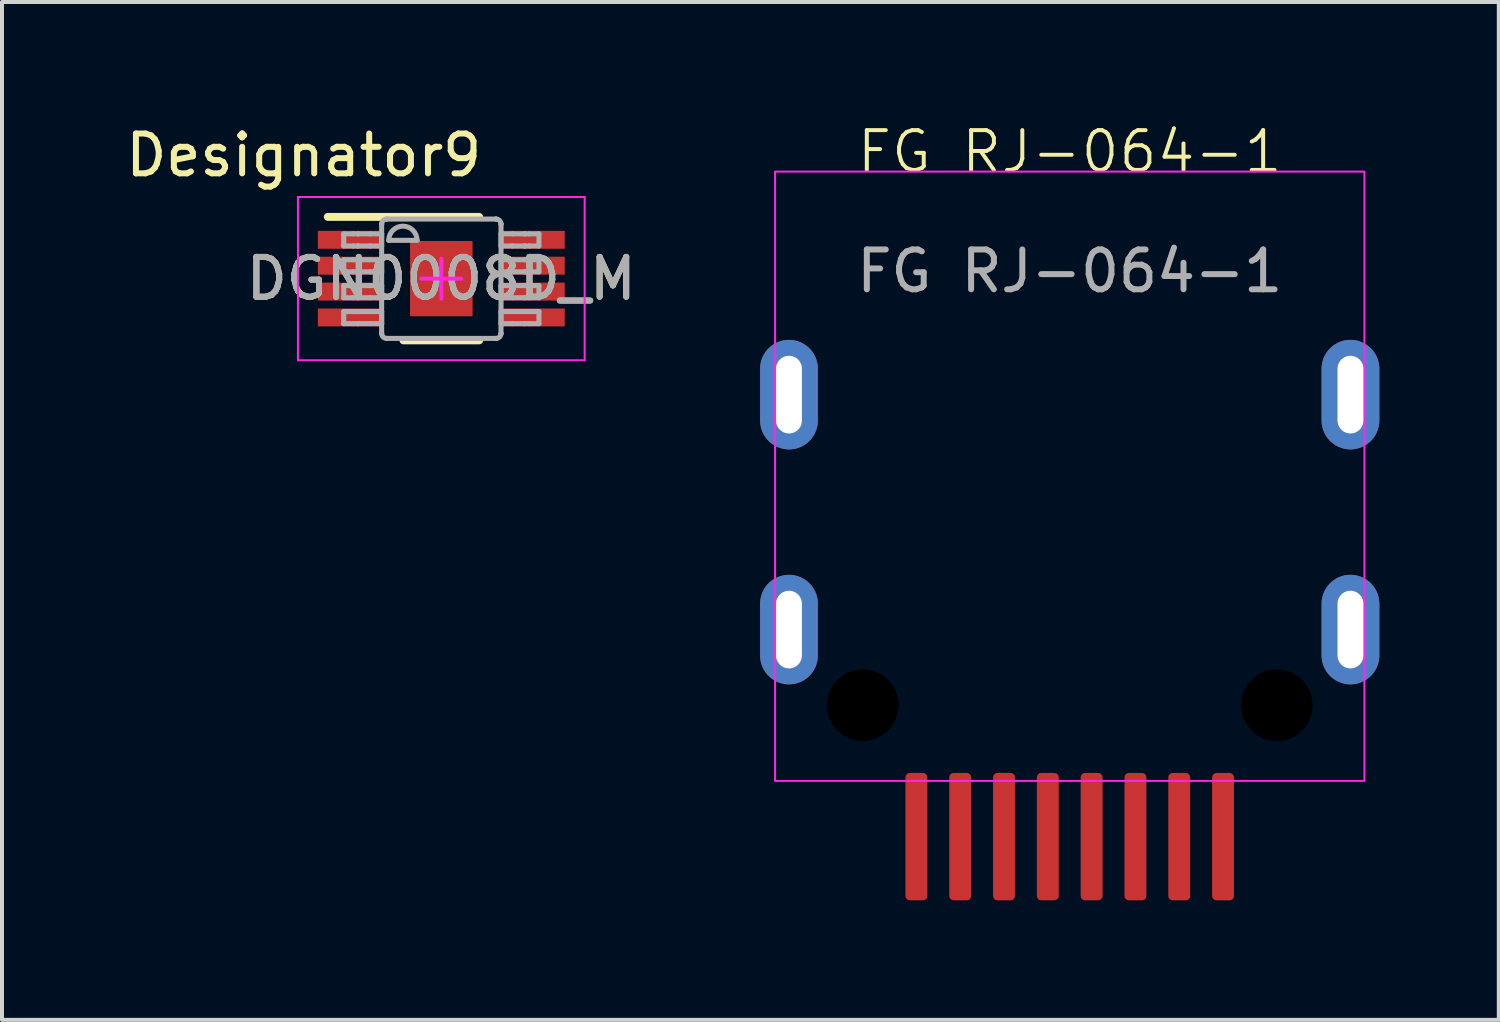
<source format=kicad_pcb>
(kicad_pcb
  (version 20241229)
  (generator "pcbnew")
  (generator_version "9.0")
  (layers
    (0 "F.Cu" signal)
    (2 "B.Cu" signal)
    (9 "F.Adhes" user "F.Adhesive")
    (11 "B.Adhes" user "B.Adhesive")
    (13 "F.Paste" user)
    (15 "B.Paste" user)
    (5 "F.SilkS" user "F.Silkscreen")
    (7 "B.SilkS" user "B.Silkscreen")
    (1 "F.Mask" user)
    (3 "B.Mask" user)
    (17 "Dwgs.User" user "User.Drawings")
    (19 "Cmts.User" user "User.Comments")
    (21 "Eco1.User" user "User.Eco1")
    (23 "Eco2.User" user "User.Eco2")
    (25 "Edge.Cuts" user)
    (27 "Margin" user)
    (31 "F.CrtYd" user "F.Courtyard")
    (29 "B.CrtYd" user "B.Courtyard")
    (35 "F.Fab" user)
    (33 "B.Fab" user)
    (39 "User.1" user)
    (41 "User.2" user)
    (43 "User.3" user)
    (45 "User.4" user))
  (footprint "FG RJ-064-1"
    (layer "F.Cu")
    (at 23.813 1.26)
    (property "Reference" "FG RJ-064-1" (at 0 -0.5 0) (unlocked yes) (layer "F.SilkS") (effects (font (size 1 1) (thickness 0.1))))
    (attr smd)
    (fp_rect (start -7.4 0) (end 7.4 15.3) (stroke (width 0.05) (type solid)) (fill no) (layer "F.CrtYd"))
    (fp_text user "${REFERENCE}" (at 0 2.5 0) (unlocked yes) (layer "F.Fab") (effects (font (size 1 1) (thickness 0.15))))
    (pad "" thru_hole oval (at -7.05 5.6) (size 1.45 2.75) (drill oval 0.65 1.95) (property pad_prop_mechanical) (layers "*.Cu" "*.Mask"))
    (pad "" thru_hole oval (at -7.05 11.5) (size 1.45 2.75) (drill oval 0.65 1.95) (property pad_prop_mechanical) (layers "*.Cu" "*.Mask"))
    (pad "" np_thru_hole circle (at -5.2 13.4) (size 2 2) (drill 1.8) (layers "*.Mask"))
    (pad "" np_thru_hole circle (at 5.2 13.4) (size 2 2) (drill 1.8) (layers "*.Mask"))
    (pad "" thru_hole oval (at 7.05 5.6) (size 1.45 2.75) (drill oval 0.65 1.95) (property pad_prop_mechanical) (layers "*.Cu" "*.Mask"))
    (pad "" thru_hole oval (at 7.05 11.5) (size 1.45 2.75) (drill oval 0.65 1.95) (property pad_prop_mechanical) (layers "*.Cu" "*.Mask"))
    (pad "1" smd roundrect (at -3.85 16.7) (size 0.55 3.2) (layers "F.Cu" "F.Mask" "F.Paste") (roundrect_rratio 0.2))
    (pad "2" smd roundrect (at -2.75 16.7) (size 0.55 3.2) (layers "F.Cu" "F.Mask" "F.Paste") (roundrect_rratio 0.2))
    (pad "3" smd roundrect (at -1.65 16.7) (size 0.55 3.2) (layers "F.Cu" "F.Mask" "F.Paste") (roundrect_rratio 0.2))
    (pad "4" smd roundrect (at -0.55 16.7) (size 0.55 3.2) (layers "F.Cu" "F.Mask" "F.Paste") (roundrect_rratio 0.2))
    (pad "5" smd roundrect (at 0.55 16.7) (size 0.55 3.2) (layers "F.Cu" "F.Mask" "F.Paste") (roundrect_rratio 0.2))
    (pad "6" smd roundrect (at 1.65 16.7) (size 0.55 3.2) (layers "F.Cu" "F.Mask" "F.Paste") (roundrect_rratio 0.2))
    (pad "7" smd roundrect (at 2.75 16.7) (size 0.55 3.2) (layers "F.Cu" "F.Mask" "F.Paste") (roundrect_rratio 0.2))
    (pad "8" smd roundrect (at 3.85 16.7) (size 0.55 3.2) (layers "F.Cu" "F.Mask" "F.Paste") (roundrect_rratio 0.2)))
  (footprint "DGN0008D_M"
    (layer "F.Cu")
    (at 8.032 3.947)
    (property "Reference" "DGN0008D_M" (at 0.000002 0 0) (unlocked yes) (layer "F.SilkS") (effects (font (size 1 1) (thickness 0.15))))
    (attr smd)
    (fp_line (start -2.85 -1.55) (end 0.95 -1.55) (stroke (width 0.2) (type solid)) (layer "F.SilkS"))
    (fp_line (start -0.95 1.55) (end 0.95 1.55) (stroke (width 0.2) (type solid)) (layer "F.SilkS"))
    (fp_line (start -3.6 -2.05) (end 3.6 -2.05) (stroke (width 0.05) (type solid)) (layer "F.CrtYd"))
    (fp_line (start -3.6 2.05) (end -3.6 -2.05) (stroke (width 0.05) (type solid)) (layer "F.CrtYd"))
    (fp_line (start -3.6 2.05) (end 3.6 2.05) (stroke (width 0.05) (type solid)) (layer "F.CrtYd"))
    (fp_line (start -0.5 0) (end 0.5 0) (stroke (width 0.1) (type solid)) (layer "F.CrtYd"))
    (fp_line (start -0.000003 0.5) (end -0.000003 -0.5) (stroke (width 0.1) (type solid)) (layer "F.CrtYd"))
    (fp_line (start 3.6 2.05) (end 3.6 -2.05) (stroke (width 0.05) (type solid)) (layer "F.CrtYd"))
    (fp_line (start -2.45 -1.125) (end -2.21 -1.125) (stroke (width 0.127) (type solid)) (layer "F.Fab"))
    (fp_line (start -2.45 -0.82) (end -2.45 -1.125) (stroke (width 0.127) (type solid)) (layer "F.Fab"))
    (fp_line (start -2.45 -0.82) (end -2.21 -0.82) (stroke (width 0.127) (type solid)) (layer "F.Fab"))
    (fp_line (start -2.45 -0.475) (end -2.21 -0.475) (stroke (width 0.127) (type solid)) (layer "F.Fab"))
    (fp_line (start -2.45 -0.17) (end -2.45 -0.475) (stroke (width 0.127) (type solid)) (layer "F.Fab"))
    (fp_line (start -2.45 -0.17) (end -2.21 -0.17) (stroke (width 0.127) (type solid)) (layer "F.Fab"))
    (fp_line (start -2.45 0.175) (end -2.21 0.175) (stroke (width 0.127) (type solid)) (layer "F.Fab"))
    (fp_line (start -2.45 0.48) (end -2.45 0.175) (stroke (width 0.127) (type solid)) (layer "F.Fab"))
    (fp_line (start -2.45 0.48) (end -2.21 0.48) (stroke (width 0.127) (type solid)) (layer "F.Fab"))
    (fp_line (start -2.45 0.826) (end -2.21 0.826) (stroke (width 0.127) (type solid)) (layer "F.Fab"))
    (fp_line (start -2.45 1.131) (end -2.45 0.826) (stroke (width 0.127) (type solid)) (layer "F.Fab"))
    (fp_line (start -2.45 1.131) (end -2.21 1.131) (stroke (width 0.127) (type solid)) (layer "F.Fab"))
    (fp_line (start -2.21 -1.125) (end -2.09 -1.125) (stroke (width 0.127) (type solid)) (layer "F.Fab"))
    (fp_line (start -2.21 -0.82) (end -2.09 -0.82) (stroke (width 0.127) (type solid)) (layer "F.Fab"))
    (fp_line (start -2.21 -0.475) (end -2.09 -0.475) (stroke (width 0.127) (type solid)) (layer "F.Fab"))
    (fp_line (start -2.21 -0.17) (end -2.09 -0.17) (stroke (width 0.127) (type solid)) (layer "F.Fab"))
    (fp_line (start -2.21 0.175) (end -2.09 0.175) (stroke (width 0.127) (type solid)) (layer "F.Fab"))
    (fp_line (start -2.21 0.48) (end -2.09 0.48) (stroke (width 0.127) (type solid)) (layer "F.Fab"))
    (fp_line (start -2.21 0.826) (end -2.09 0.826) (stroke (width 0.127) (type solid)) (layer "F.Fab"))
    (fp_line (start -2.21 1.131) (end -2.09 1.131) (stroke (width 0.127) (type solid)) (layer "F.Fab"))
    (fp_line (start -2.09 -1.125) (end -2.087 -1.125) (stroke (width 0.127) (type solid)) (layer "F.Fab"))
    (fp_line (start -2.09 -0.82) (end -2.087 -0.82) (stroke (width 0.127) (type solid)) (layer "F.Fab"))
    (fp_line (start -2.09 -0.475) (end -2.087 -0.475) (stroke (width 0.127) (type solid)) (layer "F.Fab"))
    (fp_line (start -2.09 -0.17) (end -2.087 -0.17) (stroke (width 0.127) (type solid)) (layer "F.Fab"))
    (fp_line (start -2.09 0.175) (end -2.087 0.175) (stroke (width 0.127) (type solid)) (layer "F.Fab"))
    (fp_line (start -2.09 0.48) (end -2.087 0.48) (stroke (width 0.127) (type solid)) (layer "F.Fab"))
    (fp_line (start -2.09 0.826) (end -2.087 0.826) (stroke (width 0.127) (type solid)) (layer "F.Fab"))
    (fp_line (start -2.09 1.131) (end -2.087 1.131) (stroke (width 0.127) (type solid)) (layer "F.Fab"))
    (fp_line (start -2.087 -1.125) (end -1.784 -1.125) (stroke (width 0.127) (type solid)) (layer "F.Fab"))
    (fp_line (start -2.087 -0.82) (end -1.784 -0.82) (stroke (width 0.127) (type solid)) (layer "F.Fab"))
    (fp_line (start -2.087 -0.475) (end -1.784 -0.475) (stroke (width 0.127) (type solid)) (layer "F.Fab"))
    (fp_line (start -2.087 -0.17) (end -1.784 -0.17) (stroke (width 0.127) (type solid)) (layer "F.Fab"))
    (fp_line (start -2.087 0.175) (end -1.784 0.175) (stroke (width 0.127) (type solid)) (layer "F.Fab"))
    (fp_line (start -2.087 0.48) (end -1.784 0.48) (stroke (width 0.127) (type solid)) (layer "F.Fab"))
    (fp_line (start -2.087 0.826) (end -1.784 0.826) (stroke (width 0.127) (type solid)) (layer "F.Fab"))
    (fp_line (start -2.087 1.131) (end -1.784 1.131) (stroke (width 0.127) (type solid)) (layer "F.Fab"))
    (fp_line (start -1.784 -1.125) (end -1.498 -1.125) (stroke (width 0.127) (type solid)) (layer "F.Fab"))
    (fp_line (start -1.784 -0.82) (end -1.498 -0.82) (stroke (width 0.127) (type solid)) (layer "F.Fab"))
    (fp_line (start -1.784 -0.475) (end -1.498 -0.475) (stroke (width 0.127) (type solid)) (layer "F.Fab"))
    (fp_line (start -1.784 -0.17) (end -1.498 -0.17) (stroke (width 0.127) (type solid)) (layer "F.Fab"))
    (fp_line (start -1.784 0.175) (end -1.498 0.175) (stroke (width 0.127) (type solid)) (layer "F.Fab"))
    (fp_line (start -1.784 0.48) (end -1.498 0.48) (stroke (width 0.127) (type solid)) (layer "F.Fab"))
    (fp_line (start -1.784 0.826) (end -1.498 0.826) (stroke (width 0.127) (type solid)) (layer "F.Fab"))
    (fp_line (start -1.784 1.131) (end -1.498 1.131) (stroke (width 0.127) (type solid)) (layer "F.Fab"))
    (fp_line (start -1.498 -1.369) (end -1.497 -1.372) (stroke (width 0.127) (type solid)) (layer "F.Fab"))
    (fp_line (start -1.498 -0.82) (end -1.498 -1.125) (stroke (width 0.127) (type solid)) (layer "F.Fab"))
    (fp_line (start -1.498 -0.17) (end -1.498 -0.475) (stroke (width 0.127) (type solid)) (layer "F.Fab"))
    (fp_line (start -1.498 0.48) (end -1.498 0.175) (stroke (width 0.127) (type solid)) (layer "F.Fab"))
    (fp_line (start -1.498 1.131) (end -1.498 0.826) (stroke (width 0.127) (type solid)) (layer "F.Fab"))
    (fp_line (start -1.498 1.374) (end -1.498 -1.369) (stroke (width 0.127) (type solid)) (layer "F.Fab"))
    (fp_line (start -1.498 1.374) (end -1.497 1.377) (stroke (width 0.127) (type solid)) (layer "F.Fab"))
    (fp_line (start -1.373 -1.496) (end -1.371 -1.496) (stroke (width 0.127) (type solid)) (layer "F.Fab"))
    (fp_line (start -1.373 1.501) (end -1.371 1.501) (stroke (width 0.127) (type solid)) (layer "F.Fab"))
    (fp_line (start -1.371 -1.496) (end 1.373 -1.496) (stroke (width 0.127) (type solid)) (layer "F.Fab"))
    (fp_line (start -1.371 1.501) (end 1.373 1.501) (stroke (width 0.127) (type solid)) (layer "F.Fab"))
    (fp_line (start -1.32 -0.962) (end -0.609 -0.962) (stroke (width 0.127) (type solid)) (layer "F.Fab"))
    (fp_line (start 1.373 -1.496) (end 1.375 -1.496) (stroke (width 0.127) (type solid)) (layer "F.Fab"))
    (fp_line (start 1.373 1.501) (end 1.375 1.501) (stroke (width 0.127) (type solid)) (layer "F.Fab"))
    (fp_line (start 1.5 -1.372) (end 1.5 -1.369) (stroke (width 0.127) (type solid)) (layer "F.Fab"))
    (fp_line (start 1.5 1.377) (end 1.5 1.374) (stroke (width 0.127) (type solid)) (layer "F.Fab"))
    (fp_line (start 1.5 -1.125) (end 1.786 -1.125) (stroke (width 0.127) (type solid)) (layer "F.Fab"))
    (fp_line (start 1.5 -0.82) (end 1.5 -1.125) (stroke (width 0.127) (type solid)) (layer "F.Fab"))
    (fp_line (start 1.5 -0.82) (end 1.786 -0.82) (stroke (width 0.127) (type solid)) (layer "F.Fab"))
    (fp_line (start 1.5 -0.475) (end 1.786 -0.475) (stroke (width 0.127) (type solid)) (layer "F.Fab"))
    (fp_line (start 1.5 -0.17) (end 1.5 -0.475) (stroke (width 0.127) (type solid)) (layer "F.Fab"))
    (fp_line (start 1.5 -0.17) (end 1.786 -0.17) (stroke (width 0.127) (type solid)) (layer "F.Fab"))
    (fp_line (start 1.5 0.175) (end 1.786 0.175) (stroke (width 0.127) (type solid)) (layer "F.Fab"))
    (fp_line (start 1.5 0.48) (end 1.5 0.175) (stroke (width 0.127) (type solid)) (layer "F.Fab"))
    (fp_line (start 1.5 0.48) (end 1.786 0.48) (stroke (width 0.127) (type solid)) (layer "F.Fab"))
    (fp_line (start 1.5 0.826) (end 1.786 0.826) (stroke (width 0.127) (type solid)) (layer "F.Fab"))
    (fp_line (start 1.5 1.131) (end 1.5 0.826) (stroke (width 0.127) (type solid)) (layer "F.Fab"))
    (fp_line (start 1.5 1.131) (end 1.786 1.131) (stroke (width 0.127) (type solid)) (layer "F.Fab"))
    (fp_line (start 1.5 1.374) (end 1.5 -1.369) (stroke (width 0.127) (type solid)) (layer "F.Fab"))
    (fp_line (start 1.786 -1.125) (end 2.089 -1.125) (stroke (width 0.127) (type solid)) (layer "F.Fab"))
    (fp_line (start 1.786 -0.82) (end 2.089 -0.82) (stroke (width 0.127) (type solid)) (layer "F.Fab"))
    (fp_line (start 1.786 -0.475) (end 2.089 -0.475) (stroke (width 0.127) (type solid)) (layer "F.Fab"))
    (fp_line (start 1.786 -0.17) (end 2.089 -0.17) (stroke (width 0.127) (type solid)) (layer "F.Fab"))
    (fp_line (start 1.786 0.175) (end 2.089 0.175) (stroke (width 0.127) (type solid)) (layer "F.Fab"))
    (fp_line (start 1.786 0.48) (end 2.089 0.48) (stroke (width 0.127) (type solid)) (layer "F.Fab"))
    (fp_line (start 1.786 0.826) (end 2.089 0.826) (stroke (width 0.127) (type solid)) (layer "F.Fab"))
    (fp_line (start 1.786 1.131) (end 2.089 1.131) (stroke (width 0.127) (type solid)) (layer "F.Fab"))
    (fp_line (start 2.089 -1.125) (end 2.093 -1.125) (stroke (width 0.127) (type solid)) (layer "F.Fab"))
    (fp_line (start 2.089 -0.82) (end 2.093 -0.82) (stroke (width 0.127) (type solid)) (layer "F.Fab"))
    (fp_line (start 2.089 -0.475) (end 2.093 -0.475) (stroke (width 0.127) (type solid)) (layer "F.Fab"))
    (fp_line (start 2.089 -0.17) (end 2.093 -0.17) (stroke (width 0.127) (type solid)) (layer "F.Fab"))
    (fp_line (start 2.089 0.175) (end 2.093 0.175) (stroke (width 0.127) (type solid)) (layer "F.Fab"))
    (fp_line (start 2.089 0.48) (end 2.093 0.48) (stroke (width 0.127) (type solid)) (layer "F.Fab"))
    (fp_line (start 2.089 0.826) (end 2.093 0.826) (stroke (width 0.127) (type solid)) (layer "F.Fab"))
    (fp_line (start 2.089 1.131) (end 2.093 1.131) (stroke (width 0.127) (type solid)) (layer "F.Fab"))
    (fp_line (start 2.093 -1.125) (end 2.213 -1.125) (stroke (width 0.127) (type solid)) (layer "F.Fab"))
    (fp_line (start 2.093 -0.82) (end 2.213 -0.82) (stroke (width 0.127) (type solid)) (layer "F.Fab"))
    (fp_line (start 2.093 -0.475) (end 2.213 -0.475) (stroke (width 0.127) (type solid)) (layer "F.Fab"))
    (fp_line (start 2.093 -0.17) (end 2.213 -0.17) (stroke (width 0.127) (type solid)) (layer "F.Fab"))
    (fp_line (start 2.093 0.175) (end 2.213 0.175) (stroke (width 0.127) (type solid)) (layer "F.Fab"))
    (fp_line (start 2.093 0.48) (end 2.213 0.48) (stroke (width 0.127) (type solid)) (layer "F.Fab"))
    (fp_line (start 2.093 0.826) (end 2.213 0.826) (stroke (width 0.127) (type solid)) (layer "F.Fab"))
    (fp_line (start 2.093 1.131) (end 2.213 1.131) (stroke (width 0.127) (type solid)) (layer "F.Fab"))
    (fp_line (start 2.213 -1.125) (end 2.452 -1.125) (stroke (width 0.127) (type solid)) (layer "F.Fab"))
    (fp_line (start 2.213 -0.82) (end 2.452 -0.82) (stroke (width 0.127) (type solid)) (layer "F.Fab"))
    (fp_line (start 2.213 -0.475) (end 2.452 -0.475) (stroke (width 0.127) (type solid)) (layer "F.Fab"))
    (fp_line (start 2.213 -0.17) (end 2.452 -0.17) (stroke (width 0.127) (type solid)) (layer "F.Fab"))
    (fp_line (start 2.213 0.175) (end 2.452 0.175) (stroke (width 0.127) (type solid)) (layer "F.Fab"))
    (fp_line (start 2.213 0.48) (end 2.452 0.48) (stroke (width 0.127) (type solid)) (layer "F.Fab"))
    (fp_line (start 2.213 0.826) (end 2.452 0.826) (stroke (width 0.127) (type solid)) (layer "F.Fab"))
    (fp_line (start 2.213 1.131) (end 2.452 1.131) (stroke (width 0.127) (type solid)) (layer "F.Fab"))
    (fp_line (start 2.452 -0.82) (end 2.452 -1.125) (stroke (width 0.127) (type solid)) (layer "F.Fab"))
    (fp_line (start 2.452 -0.17) (end 2.452 -0.475) (stroke (width 0.127) (type solid)) (layer "F.Fab"))
    (fp_line (start 2.452 0.48) (end 2.452 0.175) (stroke (width 0.127) (type solid)) (layer "F.Fab"))
    (fp_line (start 2.452 1.131) (end 2.452 0.826) (stroke (width 0.127) (type solid)) (layer "F.Fab"))
    (fp_arc (start -1.497476 -1.371582) (mid -1.460306 -1.458644) (end -1.373243 -1.495814) (stroke (width 0.127) (type solid)) (layer "F.Fab"))
    (fp_arc (start -1.373243 1.501336) (mid -1.460306 1.464166) (end -1.497476 1.377104) (stroke (width 0.127) (type solid)) (layer "F.Fab"))
    (fp_arc (start -1.3197 -0.962439) (mid -0.9641 -1.318039) (end -0.6085 -0.962439) (stroke (width 0.127) (type solid)) (layer "F.Fab"))
    (fp_arc (start 1.375443 -1.495814) (mid 1.462505 -1.458644) (end 1.499675 -1.371582) (stroke (width 0.127) (type solid)) (layer "F.Fab"))
    (fp_arc (start 1.499675 1.377104) (mid 1.462505 1.464166) (end 1.375443 1.501336) (stroke (width 0.127) (type solid)) (layer "F.Fab"))
    (fp_text user "Designator9" (at -3.454 -3.099 0) (unlocked yes) (layer "F.SilkS") (effects (font (size 1 1) (thickness 0.15))))
    (fp_text user "${REFERENCE}" (at 0 0 0) (unlocked yes) (layer "F.Fab") (effects (font (size 1 1) (thickness 0.15))))
    (pad "1" smd rect (at -2.325 -0.975 90) (size 0.45 1.55) (layers "F.Cu" "F.Mask" "F.Paste"))
    (pad "2" smd rect (at -2.325 -0.325 90) (size 0.45 1.55) (layers "F.Cu" "F.Mask" "F.Paste"))
    (pad "3" smd rect (at -2.325 0.325 90) (size 0.45 1.55) (layers "F.Cu" "F.Mask" "F.Paste"))
    (pad "4" smd rect (at -2.325 0.975 90) (size 0.45 1.55) (layers "F.Cu" "F.Mask" "F.Paste"))
    (pad "5" smd rect (at 2.325 0.975 90) (size 0.45 1.55) (layers "F.Cu" "F.Mask" "F.Paste"))
    (pad "6" smd rect (at 2.325 0.325 90) (size 0.45 1.55) (layers "F.Cu" "F.Mask" "F.Paste"))
    (pad "7" smd rect (at 2.325 -0.325 90) (size 0.45 1.55) (layers "F.Cu" "F.Mask" "F.Paste"))
    (pad "8" smd rect (at 2.325 -0.975 90) (size 0.45 1.55) (layers "F.Cu" "F.Mask" "F.Paste"))
    (pad "9" smd rect (at 0 0) (size 1.57 1.89) (layers "F.Cu" "F.Mask" "F.Paste")))
  (gr_rect
    (start -3 -3)
    (end 34.588 22.561)
    (stroke (width 0.1) (type default))
    (fill no)
    (layer "Edge.Cuts")))
</source>
